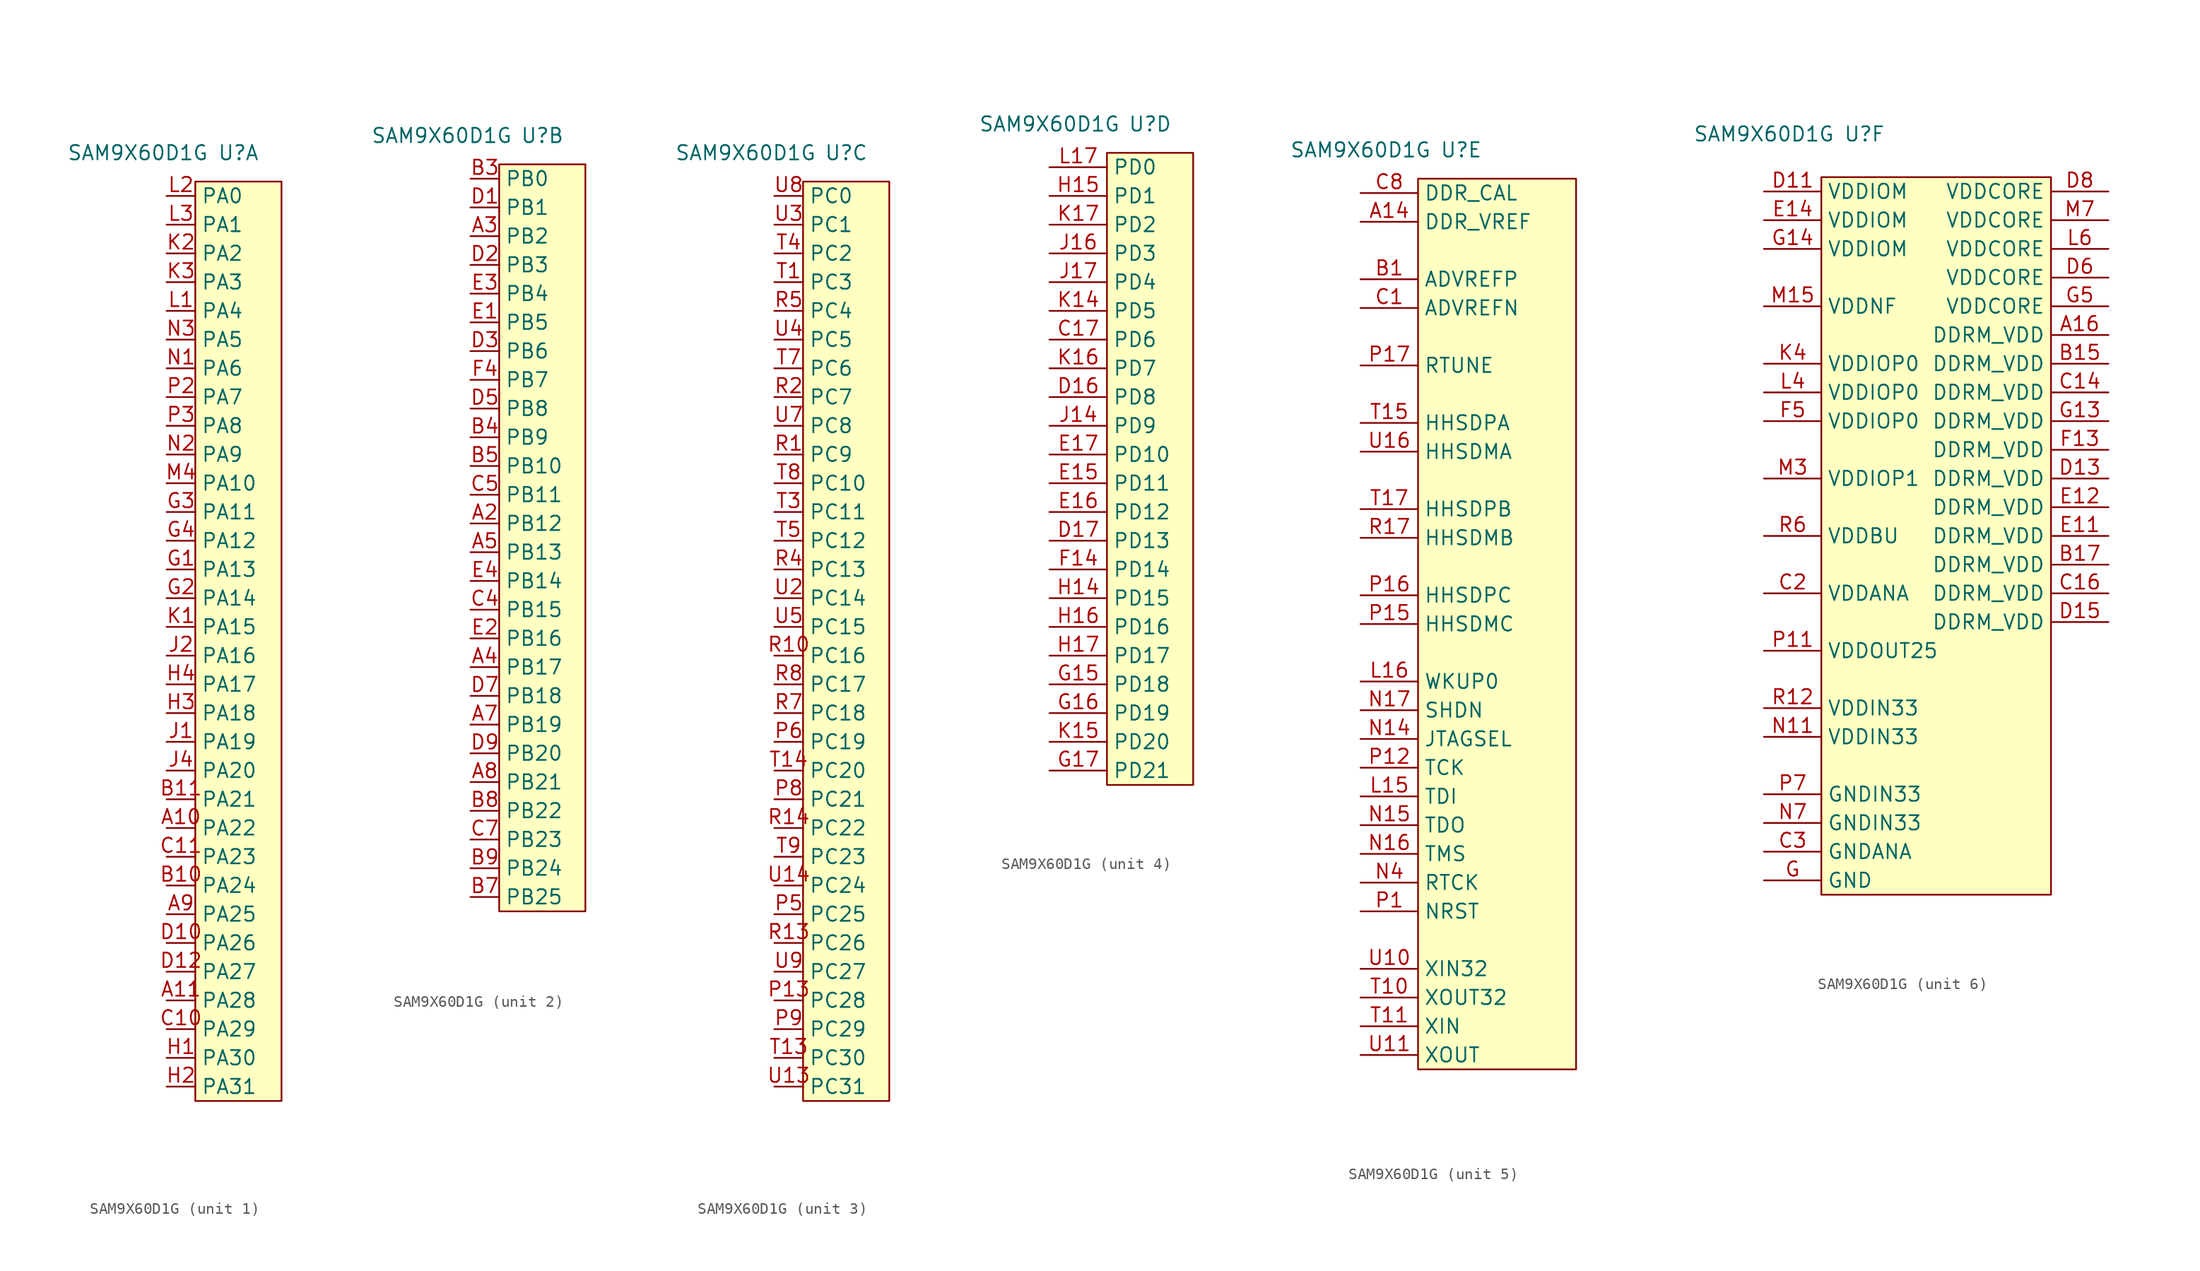
<source format=kicad_sym>
(kicad_symbol_lib
  (version 20211014)
  (generator kicad_symbol_editor)
  (symbol "SAM9X60D1G"
    (property "Reference" "U"
      (at 0 43.18 0)
      (effects (font (size 1.27 1.27))))
    (property "Value" "SAM9X60D1G"
      (at -8.89 43.18 0)
      (effects (font (size 1.27 1.27))))
    (property "ki_locked" ""
      (at 0 0 0)
      (effects (font (size 1.27 1.27))))
    (symbol "SAM9X60D1G_1_0"
      (pin passive line (at -6.35 -16.51 0) (length 2.54) (name "PA22" (effects (font (size 1.27 1.27)))) (number "A10" (effects (font (size 1.27 1.27)))))
      (pin passive line (at -6.35 -31.75 0) (length 2.54) (name "PA28" (effects (font (size 1.27 1.27)))) (number "A11" (effects (font (size 1.27 1.27)))))
      (pin passive line (at -6.35 -24.13 0) (length 2.54) (name "PA25" (effects (font (size 1.27 1.27)))) (number "A9" (effects (font (size 1.27 1.27)))))
      (pin passive line (at -6.35 -21.59 0) (length 2.54) (name "PA24" (effects (font (size 1.27 1.27)))) (number "B10" (effects (font (size 1.27 1.27)))))
      (pin passive line (at -6.35 -13.97 0) (length 2.54) (name "PA21" (effects (font (size 1.27 1.27)))) (number "B11" (effects (font (size 1.27 1.27)))))
      (pin passive line (at -6.35 -34.29 0) (length 2.54) (name "PA29" (effects (font (size 1.27 1.27)))) (number "C10" (effects (font (size 1.27 1.27)))))
      (pin passive line (at -6.35 -19.05 0) (length 2.54) (name "PA23" (effects (font (size 1.27 1.27)))) (number "C11" (effects (font (size 1.27 1.27)))))
      (pin passive line (at -6.35 -26.67 0) (length 2.54) (name "PA26" (effects (font (size 1.27 1.27)))) (number "D10" (effects (font (size 1.27 1.27)))))
      (pin passive line (at -6.35 -29.21 0) (length 2.54) (name "PA27" (effects (font (size 1.27 1.27)))) (number "D12" (effects (font (size 1.27 1.27)))))
      (pin passive line (at -6.35 6.35 0) (length 2.54) (name "PA13" (effects (font (size 1.27 1.27)))) (number "G1" (effects (font (size 1.27 1.27)))))
      (pin passive line (at -6.35 3.81 0) (length 2.54) (name "PA14" (effects (font (size 1.27 1.27)))) (number "G2" (effects (font (size 1.27 1.27)))))
      (pin passive line (at -6.35 11.43 0) (length 2.54) (name "PA11" (effects (font (size 1.27 1.27)))) (number "G3" (effects (font (size 1.27 1.27)))))
      (pin passive line (at -6.35 8.89 0) (length 2.54) (name "PA12" (effects (font (size 1.27 1.27)))) (number "G4" (effects (font (size 1.27 1.27)))))
      (pin passive line (at -6.35 -36.83 0) (length 2.54) (name "PA30" (effects (font (size 1.27 1.27)))) (number "H1" (effects (font (size 1.27 1.27)))))
      (pin passive line (at -6.35 -39.37 0) (length 2.54) (name "PA31" (effects (font (size 1.27 1.27)))) (number "H2" (effects (font (size 1.27 1.27)))))
      (pin passive line (at -6.35 -6.35 0) (length 2.54) (name "PA18" (effects (font (size 1.27 1.27)))) (number "H3" (effects (font (size 1.27 1.27)))))
      (pin passive line (at -6.35 -3.81 0) (length 2.54) (name "PA17" (effects (font (size 1.27 1.27)))) (number "H4" (effects (font (size 1.27 1.27)))))
      (pin passive line (at -6.35 -8.89 0) (length 2.54) (name "PA19" (effects (font (size 1.27 1.27)))) (number "J1" (effects (font (size 1.27 1.27)))))
      (pin passive line (at -6.35 -1.27 0) (length 2.54) (name "PA16" (effects (font (size 1.27 1.27)))) (number "J2" (effects (font (size 1.27 1.27)))))
      (pin passive line (at -6.35 -11.43 0) (length 2.54) (name "PA20" (effects (font (size 1.27 1.27)))) (number "J4" (effects (font (size 1.27 1.27)))))
      (pin passive line (at -6.35 1.27 0) (length 2.54) (name "PA15" (effects (font (size 1.27 1.27)))) (number "K1" (effects (font (size 1.27 1.27)))))
      (pin passive line (at -6.35 34.29 0) (length 2.54) (name "PA2" (effects (font (size 1.27 1.27)))) (number "K2" (effects (font (size 1.27 1.27)))))
      (pin passive line (at -6.35 31.75 0) (length 2.54) (name "PA3" (effects (font (size 1.27 1.27)))) (number "K3" (effects (font (size 1.27 1.27)))))
      (pin passive line (at -6.35 29.21 0) (length 2.54) (name "PA4" (effects (font (size 1.27 1.27)))) (number "L1" (effects (font (size 1.27 1.27)))))
      (pin passive line (at -6.35 39.37 0) (length 2.54) (name "PA0" (effects (font (size 1.27 1.27)))) (number "L2" (effects (font (size 1.27 1.27)))))
      (pin passive line (at -6.35 36.83 0) (length 2.54) (name "PA1" (effects (font (size 1.27 1.27)))) (number "L3" (effects (font (size 1.27 1.27)))))
      (pin passive line (at -6.35 13.97 0) (length 2.54) (name "PA10" (effects (font (size 1.27 1.27)))) (number "M4" (effects (font (size 1.27 1.27)))))
      (pin passive line (at -6.35 24.13 0) (length 2.54) (name "PA6" (effects (font (size 1.27 1.27)))) (number "N1" (effects (font (size 1.27 1.27)))))
      (pin passive line (at -6.35 16.51 0) (length 2.54) (name "PA9" (effects (font (size 1.27 1.27)))) (number "N2" (effects (font (size 1.27 1.27)))))
      (pin passive line (at -6.35 26.67 0) (length 2.54) (name "PA5" (effects (font (size 1.27 1.27)))) (number "N3" (effects (font (size 1.27 1.27)))))
      (pin passive line (at -6.35 21.59 0) (length 2.54) (name "PA7" (effects (font (size 1.27 1.27)))) (number "P2" (effects (font (size 1.27 1.27)))))
      (pin passive line (at -6.35 19.05 0) (length 2.54) (name "PA8" (effects (font (size 1.27 1.27)))) (number "P3" (effects (font (size 1.27 1.27))))))
    (symbol "SAM9X60D1G_1_1"
      (rectangle (start -3.81 40.64) (end 3.81 -40.64) (stroke (width 0.152) (type default) (color 0 0 0 0)) (fill (type background))))
    (symbol "SAM9X60D1G_2_0"
      (pin passive line (at -6.35 8.89 0) (length 2.54) (name "PB12" (effects (font (size 1.27 1.27)))) (number "A2" (effects (font (size 1.27 1.27)))))
      (pin passive line (at -6.35 34.29 0) (length 2.54) (name "PB2" (effects (font (size 1.27 1.27)))) (number "A3" (effects (font (size 1.27 1.27)))))
      (pin passive line (at -6.35 -3.81 0) (length 2.54) (name "PB17" (effects (font (size 1.27 1.27)))) (number "A4" (effects (font (size 1.27 1.27)))))
      (pin passive line (at -6.35 6.35 0) (length 2.54) (name "PB13" (effects (font (size 1.27 1.27)))) (number "A5" (effects (font (size 1.27 1.27)))))
      (pin passive line (at -6.35 -8.89 0) (length 2.54) (name "PB19" (effects (font (size 1.27 1.27)))) (number "A7" (effects (font (size 1.27 1.27)))))
      (pin passive line (at -6.35 -13.97 0) (length 2.54) (name "PB21" (effects (font (size 1.27 1.27)))) (number "A8" (effects (font (size 1.27 1.27)))))
      (pin passive line (at -6.35 39.37 0) (length 2.54) (name "PB0" (effects (font (size 1.27 1.27)))) (number "B3" (effects (font (size 1.27 1.27)))))
      (pin passive line (at -6.35 16.51 0) (length 2.54) (name "PB9" (effects (font (size 1.27 1.27)))) (number "B4" (effects (font (size 1.27 1.27)))))
      (pin passive line (at -6.35 13.97 0) (length 2.54) (name "PB10" (effects (font (size 1.27 1.27)))) (number "B5" (effects (font (size 1.27 1.27)))))
      (pin passive line (at -6.35 -24.13 0) (length 2.54) (name "PB25" (effects (font (size 1.27 1.27)))) (number "B7" (effects (font (size 1.27 1.27)))))
      (pin passive line (at -6.35 -16.51 0) (length 2.54) (name "PB22" (effects (font (size 1.27 1.27)))) (number "B8" (effects (font (size 1.27 1.27)))))
      (pin passive line (at -6.35 -21.59 0) (length 2.54) (name "PB24" (effects (font (size 1.27 1.27)))) (number "B9" (effects (font (size 1.27 1.27)))))
      (pin passive line (at -6.35 1.27 0) (length 2.54) (name "PB15" (effects (font (size 1.27 1.27)))) (number "C4" (effects (font (size 1.27 1.27)))))
      (pin passive line (at -6.35 11.43 0) (length 2.54) (name "PB11" (effects (font (size 1.27 1.27)))) (number "C5" (effects (font (size 1.27 1.27)))))
      (pin passive line (at -6.35 -19.05 0) (length 2.54) (name "PB23" (effects (font (size 1.27 1.27)))) (number "C7" (effects (font (size 1.27 1.27)))))
      (pin passive line (at -6.35 36.83 0) (length 2.54) (name "PB1" (effects (font (size 1.27 1.27)))) (number "D1" (effects (font (size 1.27 1.27)))))
      (pin passive line (at -6.35 31.75 0) (length 2.54) (name "PB3" (effects (font (size 1.27 1.27)))) (number "D2" (effects (font (size 1.27 1.27)))))
      (pin passive line (at -6.35 24.13 0) (length 2.54) (name "PB6" (effects (font (size 1.27 1.27)))) (number "D3" (effects (font (size 1.27 1.27)))))
      (pin passive line (at -6.35 19.05 0) (length 2.54) (name "PB8" (effects (font (size 1.27 1.27)))) (number "D5" (effects (font (size 1.27 1.27)))))
      (pin passive line (at -6.35 -6.35 0) (length 2.54) (name "PB18" (effects (font (size 1.27 1.27)))) (number "D7" (effects (font (size 1.27 1.27)))))
      (pin passive line (at -6.35 -11.43 0) (length 2.54) (name "PB20" (effects (font (size 1.27 1.27)))) (number "D9" (effects (font (size 1.27 1.27)))))
      (pin passive line (at -6.35 26.67 0) (length 2.54) (name "PB5" (effects (font (size 1.27 1.27)))) (number "E1" (effects (font (size 1.27 1.27)))))
      (pin passive line (at -6.35 -1.27 0) (length 2.54) (name "PB16" (effects (font (size 1.27 1.27)))) (number "E2" (effects (font (size 1.27 1.27)))))
      (pin passive line (at -6.35 29.21 0) (length 2.54) (name "PB4" (effects (font (size 1.27 1.27)))) (number "E3" (effects (font (size 1.27 1.27)))))
      (pin passive line (at -6.35 3.81 0) (length 2.54) (name "PB14" (effects (font (size 1.27 1.27)))) (number "E4" (effects (font (size 1.27 1.27)))))
      (pin passive line (at -6.35 21.59 0) (length 2.54) (name "PB7" (effects (font (size 1.27 1.27)))) (number "F4" (effects (font (size 1.27 1.27))))))
    (symbol "SAM9X60D1G_2_1"
      (rectangle (start -3.81 40.64) (end 3.81 -25.4) (stroke (width 0.152) (type default) (color 0 0 0 0)) (fill (type background))))
    (symbol "SAM9X60D1G_3_0"
      (pin passive line (at -6.35 -31.75 0) (length 2.54) (name "PC28" (effects (font (size 1.27 1.27)))) (number "P13" (effects (font (size 1.27 1.27)))))
      (pin passive line (at -6.35 -24.13 0) (length 2.54) (name "PC25" (effects (font (size 1.27 1.27)))) (number "P5" (effects (font (size 1.27 1.27)))))
      (pin passive line (at -6.35 -8.89 0) (length 2.54) (name "PC19" (effects (font (size 1.27 1.27)))) (number "P6" (effects (font (size 1.27 1.27)))))
      (pin passive line (at -6.35 -13.97 0) (length 2.54) (name "PC21" (effects (font (size 1.27 1.27)))) (number "P8" (effects (font (size 1.27 1.27)))))
      (pin passive line (at -6.35 -34.29 0) (length 2.54) (name "PC29" (effects (font (size 1.27 1.27)))) (number "P9" (effects (font (size 1.27 1.27)))))
      (pin passive line (at -6.35 16.51 0) (length 2.54) (name "PC9" (effects (font (size 1.27 1.27)))) (number "R1" (effects (font (size 1.27 1.27)))))
      (pin passive line (at -6.35 -1.27 0) (length 2.54) (name "PC16" (effects (font (size 1.27 1.27)))) (number "R10" (effects (font (size 1.27 1.27)))))
      (pin passive line (at -6.35 -26.67 0) (length 2.54) (name "PC26" (effects (font (size 1.27 1.27)))) (number "R13" (effects (font (size 1.27 1.27)))))
      (pin passive line (at -6.35 -16.51 0) (length 2.54) (name "PC22" (effects (font (size 1.27 1.27)))) (number "R14" (effects (font (size 1.27 1.27)))))
      (pin passive line (at -6.35 21.59 0) (length 2.54) (name "PC7" (effects (font (size 1.27 1.27)))) (number "R2" (effects (font (size 1.27 1.27)))))
      (pin passive line (at -6.35 6.35 0) (length 2.54) (name "PC13" (effects (font (size 1.27 1.27)))) (number "R4" (effects (font (size 1.27 1.27)))))
      (pin passive line (at -6.35 29.21 0) (length 2.54) (name "PC4" (effects (font (size 1.27 1.27)))) (number "R5" (effects (font (size 1.27 1.27)))))
      (pin passive line (at -6.35 -6.35 0) (length 2.54) (name "PC18" (effects (font (size 1.27 1.27)))) (number "R7" (effects (font (size 1.27 1.27)))))
      (pin passive line (at -6.35 -3.81 0) (length 2.54) (name "PC17" (effects (font (size 1.27 1.27)))) (number "R8" (effects (font (size 1.27 1.27)))))
      (pin passive line (at -6.35 31.75 0) (length 2.54) (name "PC3" (effects (font (size 1.27 1.27)))) (number "T1" (effects (font (size 1.27 1.27)))))
      (pin passive line (at -6.35 -36.83 0) (length 2.54) (name "PC30" (effects (font (size 1.27 1.27)))) (number "T13" (effects (font (size 1.27 1.27)))))
      (pin passive line (at -6.35 -11.43 0) (length 2.54) (name "PC20" (effects (font (size 1.27 1.27)))) (number "T14" (effects (font (size 1.27 1.27)))))
      (pin passive line (at -6.35 11.43 0) (length 2.54) (name "PC11" (effects (font (size 1.27 1.27)))) (number "T3" (effects (font (size 1.27 1.27)))))
      (pin passive line (at -6.35 34.29 0) (length 2.54) (name "PC2" (effects (font (size 1.27 1.27)))) (number "T4" (effects (font (size 1.27 1.27)))))
      (pin passive line (at -6.35 8.89 0) (length 2.54) (name "PC12" (effects (font (size 1.27 1.27)))) (number "T5" (effects (font (size 1.27 1.27)))))
      (pin passive line (at -6.35 24.13 0) (length 2.54) (name "PC6" (effects (font (size 1.27 1.27)))) (number "T7" (effects (font (size 1.27 1.27)))))
      (pin passive line (at -6.35 13.97 0) (length 2.54) (name "PC10" (effects (font (size 1.27 1.27)))) (number "T8" (effects (font (size 1.27 1.27)))))
      (pin passive line (at -6.35 -19.05 0) (length 2.54) (name "PC23" (effects (font (size 1.27 1.27)))) (number "T9" (effects (font (size 1.27 1.27)))))
      (pin passive line (at -6.35 -39.37 0) (length 2.54) (name "PC31" (effects (font (size 1.27 1.27)))) (number "U13" (effects (font (size 1.27 1.27)))))
      (pin passive line (at -6.35 -21.59 0) (length 2.54) (name "PC24" (effects (font (size 1.27 1.27)))) (number "U14" (effects (font (size 1.27 1.27)))))
      (pin passive line (at -6.35 3.81 0) (length 2.54) (name "PC14" (effects (font (size 1.27 1.27)))) (number "U2" (effects (font (size 1.27 1.27)))))
      (pin passive line (at -6.35 36.83 0) (length 2.54) (name "PC1" (effects (font (size 1.27 1.27)))) (number "U3" (effects (font (size 1.27 1.27)))))
      (pin passive line (at -6.35 26.67 0) (length 2.54) (name "PC5" (effects (font (size 1.27 1.27)))) (number "U4" (effects (font (size 1.27 1.27)))))
      (pin passive line (at -6.35 1.27 0) (length 2.54) (name "PC15" (effects (font (size 1.27 1.27)))) (number "U5" (effects (font (size 1.27 1.27)))))
      (pin passive line (at -6.35 19.05 0) (length 2.54) (name "PC8" (effects (font (size 1.27 1.27)))) (number "U7" (effects (font (size 1.27 1.27)))))
      (pin passive line (at -6.35 39.37 0) (length 2.54) (name "PC0" (effects (font (size 1.27 1.27)))) (number "U8" (effects (font (size 1.27 1.27)))))
      (pin passive line (at -6.35 -29.21 0) (length 2.54) (name "PC27" (effects (font (size 1.27 1.27)))) (number "U9" (effects (font (size 1.27 1.27))))))
    (symbol "SAM9X60D1G_3_1"
      (rectangle (start -3.81 40.64) (end 3.81 -40.64) (stroke (width 0.152) (type default) (color 0 0 0 0)) (fill (type background))))
    (symbol "SAM9X60D1G_4_0"
      (pin passive line (at -8.89 24.13 0) (length 5.08) (name "PD6" (effects (font (size 1.27 1.27)))) (number "C17" (effects (font (size 1.27 1.27)))))
      (pin passive line (at -8.89 19.05 0) (length 5.08) (name "PD8" (effects (font (size 1.27 1.27)))) (number "D16" (effects (font (size 1.27 1.27)))))
      (pin passive line (at -8.89 6.35 0) (length 5.08) (name "PD13" (effects (font (size 1.27 1.27)))) (number "D17" (effects (font (size 1.27 1.27)))))
      (pin passive line (at -8.89 11.43 0) (length 5.08) (name "PD11" (effects (font (size 1.27 1.27)))) (number "E15" (effects (font (size 1.27 1.27)))))
      (pin passive line (at -8.89 8.89 0) (length 5.08) (name "PD12" (effects (font (size 1.27 1.27)))) (number "E16" (effects (font (size 1.27 1.27)))))
      (pin passive line (at -8.89 13.97 0) (length 5.08) (name "PD10" (effects (font (size 1.27 1.27)))) (number "E17" (effects (font (size 1.27 1.27)))))
      (pin passive line (at -8.89 3.81 0) (length 5.08) (name "PD14" (effects (font (size 1.27 1.27)))) (number "F14" (effects (font (size 1.27 1.27)))))
      (pin passive line (at -8.89 -6.35 0) (length 5.08) (name "PD18" (effects (font (size 1.27 1.27)))) (number "G15" (effects (font (size 1.27 1.27)))))
      (pin passive line (at -8.89 -8.89 0) (length 5.08) (name "PD19" (effects (font (size 1.27 1.27)))) (number "G16" (effects (font (size 1.27 1.27)))))
      (pin passive line (at -8.89 -13.97 0) (length 5.08) (name "PD21" (effects (font (size 1.27 1.27)))) (number "G17" (effects (font (size 1.27 1.27)))))
      (pin passive line (at -8.89 1.27 0) (length 5.08) (name "PD15" (effects (font (size 1.27 1.27)))) (number "H14" (effects (font (size 1.27 1.27)))))
      (pin passive line (at -8.89 36.83 0) (length 5.08) (name "PD1" (effects (font (size 1.27 1.27)))) (number "H15" (effects (font (size 1.27 1.27)))))
      (pin passive line (at -8.89 -1.27 0) (length 5.08) (name "PD16" (effects (font (size 1.27 1.27)))) (number "H16" (effects (font (size 1.27 1.27)))))
      (pin passive line (at -8.89 -3.81 0) (length 5.08) (name "PD17" (effects (font (size 1.27 1.27)))) (number "H17" (effects (font (size 1.27 1.27)))))
      (pin passive line (at -8.89 16.51 0) (length 5.08) (name "PD9" (effects (font (size 1.27 1.27)))) (number "J14" (effects (font (size 1.27 1.27)))))
      (pin passive line (at -8.89 31.75 0) (length 5.08) (name "PD3" (effects (font (size 1.27 1.27)))) (number "J16" (effects (font (size 1.27 1.27)))))
      (pin passive line (at -8.89 29.21 0) (length 5.08) (name "PD4" (effects (font (size 1.27 1.27)))) (number "J17" (effects (font (size 1.27 1.27)))))
      (pin passive line (at -8.89 26.67 0) (length 5.08) (name "PD5" (effects (font (size 1.27 1.27)))) (number "K14" (effects (font (size 1.27 1.27)))))
      (pin passive line (at -8.89 -11.43 0) (length 5.08) (name "PD20" (effects (font (size 1.27 1.27)))) (number "K15" (effects (font (size 1.27 1.27)))))
      (pin passive line (at -8.89 21.59 0) (length 5.08) (name "PD7" (effects (font (size 1.27 1.27)))) (number "K16" (effects (font (size 1.27 1.27)))))
      (pin passive line (at -8.89 34.29 0) (length 5.08) (name "PD2" (effects (font (size 1.27 1.27)))) (number "K17" (effects (font (size 1.27 1.27)))))
      (pin passive line (at -8.89 39.37 0) (length 5.08) (name "PD0" (effects (font (size 1.27 1.27)))) (number "L17" (effects (font (size 1.27 1.27))))))
    (symbol "SAM9X60D1G_4_1"
      (rectangle (start -3.81 40.64) (end 3.81 -15.24) (stroke (width 0.152) (type default) (color 0 0 0 0)) (fill (type background))))
    (symbol "SAM9X60D1G_5_0"
      (pin passive line (at -8.89 36.83 0) (length 5.08) (name "DDR_VREF" (effects (font (size 1.27 1.27)))) (number "A14" (effects (font (size 1.27 1.27)))))
      (pin passive line (at -8.89 31.75 0) (length 5.08) (name "ADVREFP" (effects (font (size 1.27 1.27)))) (number "B1" (effects (font (size 1.27 1.27)))))
      (pin passive line (at -8.89 29.21 0) (length 5.08) (name "ADVREFN" (effects (font (size 1.27 1.27)))) (number "C1" (effects (font (size 1.27 1.27)))))
      (pin passive line (at -8.89 39.37 0) (length 5.08) (name "DDR_CAL" (effects (font (size 1.27 1.27)))) (number "C8" (effects (font (size 1.27 1.27)))))
      (pin passive line (at -8.89 -13.97 0) (length 5.08) (name "TDI" (effects (font (size 1.27 1.27)))) (number "L15" (effects (font (size 1.27 1.27)))))
      (pin passive line (at -8.89 -3.81 0) (length 5.08) (name "WKUP0" (effects (font (size 1.27 1.27)))) (number "L16" (effects (font (size 1.27 1.27)))))
      (pin passive line (at -8.89 -8.89 0) (length 5.08) (name "JTAGSEL" (effects (font (size 1.27 1.27)))) (number "N14" (effects (font (size 1.27 1.27)))))
      (pin passive line (at -8.89 -16.51 0) (length 5.08) (name "TDO" (effects (font (size 1.27 1.27)))) (number "N15" (effects (font (size 1.27 1.27)))))
      (pin passive line (at -8.89 -19.05 0) (length 5.08) (name "TMS" (effects (font (size 1.27 1.27)))) (number "N16" (effects (font (size 1.27 1.27)))))
      (pin passive line (at -8.89 -6.35 0) (length 5.08) (name "SHDN" (effects (font (size 1.27 1.27)))) (number "N17" (effects (font (size 1.27 1.27)))))
      (pin passive line (at -8.89 -21.59 0) (length 5.08) (name "RTCK" (effects (font (size 1.27 1.27)))) (number "N4" (effects (font (size 1.27 1.27)))))
      (pin passive line (at -8.89 -24.13 0) (length 5.08) (name "NRST" (effects (font (size 1.27 1.27)))) (number "P1" (effects (font (size 1.27 1.27)))))
      (pin passive line (at -8.89 -11.43 0) (length 5.08) (name "TCK" (effects (font (size 1.27 1.27)))) (number "P12" (effects (font (size 1.27 1.27)))))
      (pin passive line (at -8.89 1.27 0) (length 5.08) (name "HHSDMC" (effects (font (size 1.27 1.27)))) (number "P15" (effects (font (size 1.27 1.27)))))
      (pin passive line (at -8.89 3.81 0) (length 5.08) (name "HHSDPC" (effects (font (size 1.27 1.27)))) (number "P16" (effects (font (size 1.27 1.27)))))
      (pin passive line (at -8.89 24.13 0) (length 5.08) (name "RTUNE" (effects (font (size 1.27 1.27)))) (number "P17" (effects (font (size 1.27 1.27)))))
      (pin passive line (at -8.89 8.89 0) (length 5.08) (name "HHSDMB" (effects (font (size 1.27 1.27)))) (number "R17" (effects (font (size 1.27 1.27)))))
      (pin passive line (at -8.89 -31.75 0) (length 5.08) (name "XOUT32" (effects (font (size 1.27 1.27)))) (number "T10" (effects (font (size 1.27 1.27)))))
      (pin passive line (at -8.89 -34.29 0) (length 5.08) (name "XIN" (effects (font (size 1.27 1.27)))) (number "T11" (effects (font (size 1.27 1.27)))))
      (pin passive line (at -8.89 19.05 0) (length 5.08) (name "HHSDPA" (effects (font (size 1.27 1.27)))) (number "T15" (effects (font (size 1.27 1.27)))))
      (pin passive line (at -8.89 11.43 0) (length 5.08) (name "HHSDPB" (effects (font (size 1.27 1.27)))) (number "T17" (effects (font (size 1.27 1.27)))))
      (pin passive line (at -8.89 -29.21 0) (length 5.08) (name "XIN32" (effects (font (size 1.27 1.27)))) (number "U10" (effects (font (size 1.27 1.27)))))
      (pin passive line (at -8.89 -36.83 0) (length 5.08) (name "XOUT" (effects (font (size 1.27 1.27)))) (number "U11" (effects (font (size 1.27 1.27)))))
      (pin passive line (at -8.89 16.51 0) (length 5.08) (name "HHSDMA" (effects (font (size 1.27 1.27)))) (number "U16" (effects (font (size 1.27 1.27))))))
    (symbol "SAM9X60D1G_5_1"
      (rectangle (start -3.81 40.64) (end 10.16 -38.1) (stroke (width 0.152) (type default) (color 0 0 0 0)) (fill (type background))))
    (symbol "SAM9X60D1G_6_0"
      (pin power_in line (at 21.59 25.4 180) (length 5.08) (name "DDRM_VDD" (effects (font (size 1.27 1.27)))) (number "A16" (effects (font (size 1.27 1.27)))))
      (pin power_in line (at 21.59 22.86 180) (length 5.08) (name "DDRM_VDD" (effects (font (size 1.27 1.27)))) (number "B15" (effects (font (size 1.27 1.27)))))
      (pin power_in line (at 21.59 5.08 180) (length 5.08) (name "DDRM_VDD" (effects (font (size 1.27 1.27)))) (number "B17" (effects (font (size 1.27 1.27)))))
      (pin power_in line (at 21.59 20.32 180) (length 5.08) (name "DDRM_VDD" (effects (font (size 1.27 1.27)))) (number "C14" (effects (font (size 1.27 1.27)))))
      (pin power_in line (at 21.59 2.54 180) (length 5.08) (name "DDRM_VDD" (effects (font (size 1.27 1.27)))) (number "C16" (effects (font (size 1.27 1.27)))))
      (pin power_in line (at -8.89 2.54 0) (length 5.08) (name "VDDANA" (effects (font (size 1.27 1.27)))) (number "C2" (effects (font (size 1.27 1.27)))))
      (pin power_in line (at -8.89 -20.32 0) (length 5.08) (name "GNDANA" (effects (font (size 1.27 1.27)))) (number "C3" (effects (font (size 1.27 1.27)))))
      (pin power_in line (at -8.89 38.1 0) (length 5.08) (name "VDDIOM" (effects (font (size 1.27 1.27)))) (number "D11" (effects (font (size 1.27 1.27)))))
      (pin power_in line (at 21.59 12.7 180) (length 5.08) (name "DDRM_VDD" (effects (font (size 1.27 1.27)))) (number "D13" (effects (font (size 1.27 1.27)))))
      (pin power_in line (at 21.59 0 180) (length 5.08) (name "DDRM_VDD" (effects (font (size 1.27 1.27)))) (number "D15" (effects (font (size 1.27 1.27)))))
      (pin power_in line (at 21.59 30.48 180) (length 5.08) (name "VDDCORE" (effects (font (size 1.27 1.27)))) (number "D6" (effects (font (size 1.27 1.27)))))
      (pin power_in line (at 21.59 38.1 180) (length 5.08) (name "VDDCORE" (effects (font (size 1.27 1.27)))) (number "D8" (effects (font (size 1.27 1.27)))))
      (pin power_in line (at 21.59 7.62 180) (length 5.08) (name "DDRM_VDD" (effects (font (size 1.27 1.27)))) (number "E11" (effects (font (size 1.27 1.27)))))
      (pin power_in line (at 21.59 10.16 180) (length 5.08) (name "DDRM_VDD" (effects (font (size 1.27 1.27)))) (number "E12" (effects (font (size 1.27 1.27)))))
      (pin power_in line (at -8.89 35.56 0) (length 5.08) (name "VDDIOM" (effects (font (size 1.27 1.27)))) (number "E14" (effects (font (size 1.27 1.27)))))
      (pin power_in line (at 21.59 15.24 180) (length 5.08) (name "DDRM_VDD" (effects (font (size 1.27 1.27)))) (number "F13" (effects (font (size 1.27 1.27)))))
      (pin power_in line (at -8.89 17.78 0) (length 5.08) (name "VDDIOP0" (effects (font (size 1.27 1.27)))) (number "F5" (effects (font (size 1.27 1.27)))))
      (pin power_in line (at -8.89 -22.86 0) (length 5.08) (name "GND" (effects (font (size 1.27 1.27)))) (number "G" (effects (font (size 1.27 1.27)))))
      (pin power_in line (at 21.59 17.78 180) (length 5.08) (name "DDRM_VDD" (effects (font (size 1.27 1.27)))) (number "G13" (effects (font (size 1.27 1.27)))))
      (pin power_in line (at -8.89 33.02 0) (length 5.08) (name "VDDIOM" (effects (font (size 1.27 1.27)))) (number "G14" (effects (font (size 1.27 1.27)))))
      (pin power_in line (at 21.59 27.94 180) (length 5.08) (name "VDDCORE" (effects (font (size 1.27 1.27)))) (number "G5" (effects (font (size 1.27 1.27)))))
      (pin power_in line (at -8.89 22.86 0) (length 5.08) (name "VDDIOP0" (effects (font (size 1.27 1.27)))) (number "K4" (effects (font (size 1.27 1.27)))))
      (pin power_in line (at -8.89 20.32 0) (length 5.08) (name "VDDIOP0" (effects (font (size 1.27 1.27)))) (number "L4" (effects (font (size 1.27 1.27)))))
      (pin power_in line (at 21.59 33.02 180) (length 5.08) (name "VDDCORE" (effects (font (size 1.27 1.27)))) (number "L6" (effects (font (size 1.27 1.27)))))
      (pin power_in line (at -8.89 27.94 0) (length 5.08) (name "VDDNF" (effects (font (size 1.27 1.27)))) (number "M15" (effects (font (size 1.27 1.27)))))
      (pin power_in line (at -8.89 12.7 0) (length 5.08) (name "VDDIOP1" (effects (font (size 1.27 1.27)))) (number "M3" (effects (font (size 1.27 1.27)))))
      (pin power_in line (at 21.59 35.56 180) (length 5.08) (name "VDDCORE" (effects (font (size 1.27 1.27)))) (number "M7" (effects (font (size 1.27 1.27)))))
      (pin power_in line (at -8.89 -10.16 0) (length 5.08) (name "VDDIN33" (effects (font (size 1.27 1.27)))) (number "N11" (effects (font (size 1.27 1.27)))))
      (pin power_in line (at -8.89 -17.78 0) (length 5.08) (name "GNDIN33" (effects (font (size 1.27 1.27)))) (number "N7" (effects (font (size 1.27 1.27)))))
      (pin power_in line (at -8.89 -2.54 0) (length 5.08) (name "VDDOUT25" (effects (font (size 1.27 1.27)))) (number "P11" (effects (font (size 1.27 1.27)))))
      (pin power_in line (at -8.89 -15.24 0) (length 5.08) (name "GNDIN33" (effects (font (size 1.27 1.27)))) (number "P7" (effects (font (size 1.27 1.27)))))
      (pin power_in line (at -8.89 -7.62 0) (length 5.08) (name "VDDIN33" (effects (font (size 1.27 1.27)))) (number "R12" (effects (font (size 1.27 1.27)))))
      (pin power_in line (at -8.89 7.62 0) (length 5.08) (name "VDDBU" (effects (font (size 1.27 1.27)))) (number "R6" (effects (font (size 1.27 1.27))))))
    (symbol "SAM9X60D1G_6_1"
      (rectangle (start -3.81 39.37) (end 16.51 -24.13) (stroke (width 0.152) (type default) (color 0 0 0 0)) (fill (type background))))))
</source>
